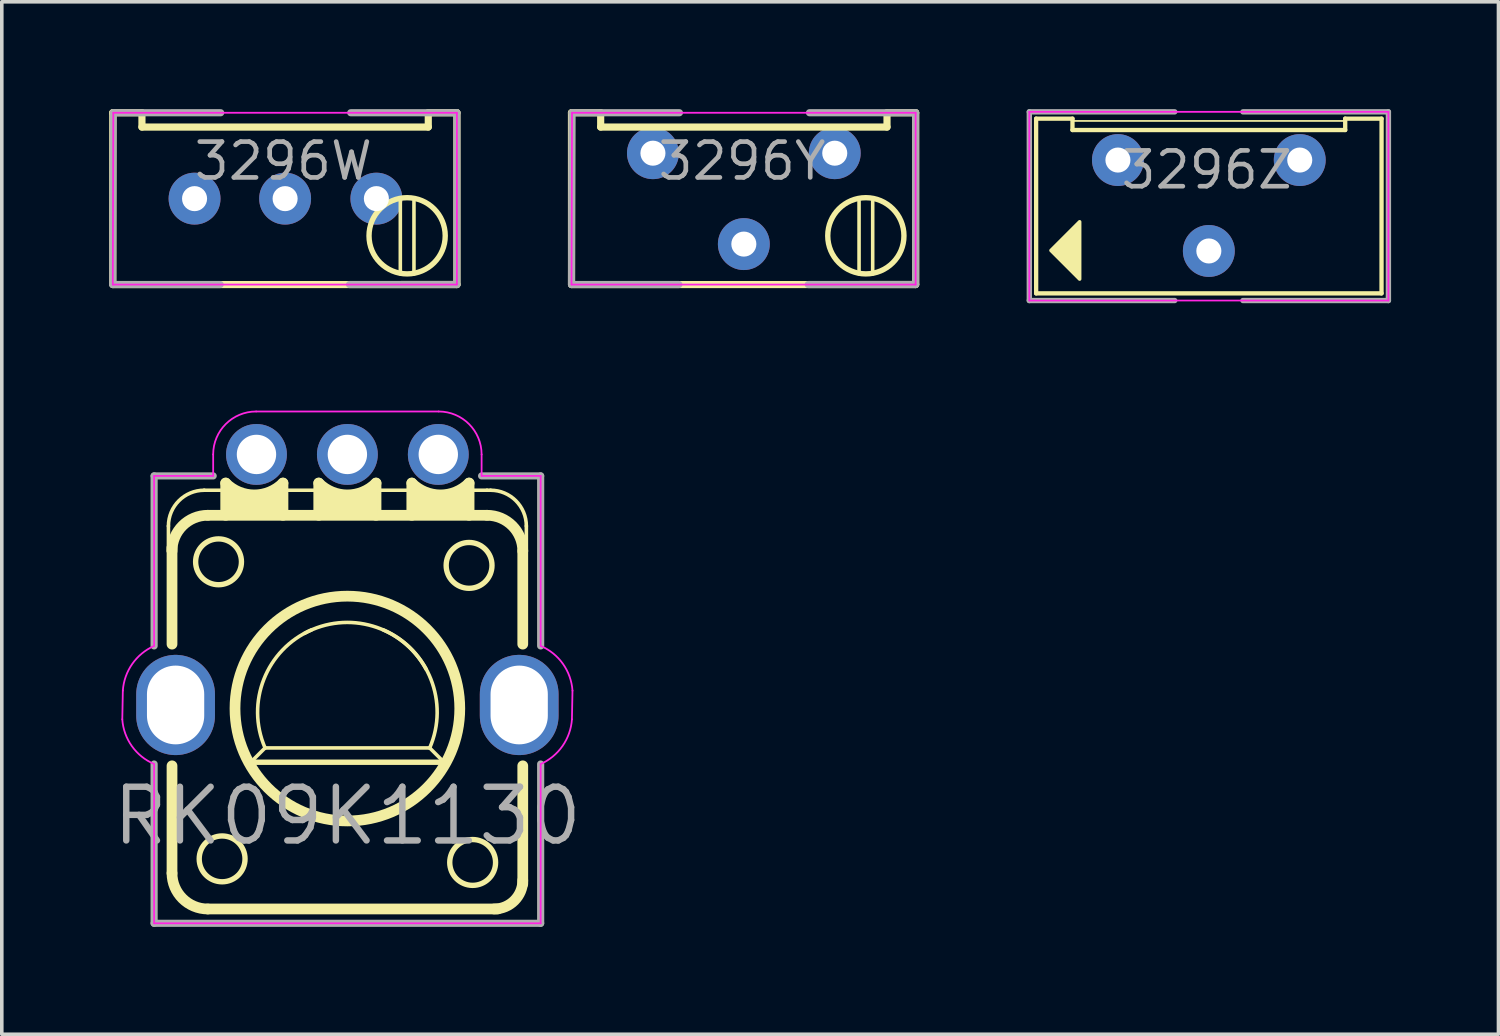
<source format=kicad_pcb>
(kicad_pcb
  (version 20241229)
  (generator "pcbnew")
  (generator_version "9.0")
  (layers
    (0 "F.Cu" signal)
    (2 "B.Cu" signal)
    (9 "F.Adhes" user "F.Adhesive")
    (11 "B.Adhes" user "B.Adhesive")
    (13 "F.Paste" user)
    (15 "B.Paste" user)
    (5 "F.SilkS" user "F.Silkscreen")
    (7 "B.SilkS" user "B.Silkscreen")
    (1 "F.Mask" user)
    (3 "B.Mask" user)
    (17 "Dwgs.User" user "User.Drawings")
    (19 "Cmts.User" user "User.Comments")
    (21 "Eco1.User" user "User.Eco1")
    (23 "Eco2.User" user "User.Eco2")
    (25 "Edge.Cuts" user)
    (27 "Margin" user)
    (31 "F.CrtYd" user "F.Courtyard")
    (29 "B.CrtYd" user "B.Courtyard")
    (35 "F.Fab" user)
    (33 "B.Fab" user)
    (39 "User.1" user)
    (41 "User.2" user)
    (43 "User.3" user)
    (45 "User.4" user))
  (footprint "3296W"
    (layer "F.Cu")
    (at 4.916 2.5)
    (property "Reference" "3296W" (at -0.05 -1.05 0) (layer "F.Fab") (effects (font (size 1 1) (thickness 0.13))))
    (attr through_hole)
    (fp_line (start -4.815 2.4) (end -4.816 -2.4) (stroke (width 0.2) (type solid)) (layer "F.SilkS"))
    (fp_line (start -4 -2.4) (end -4.816 -2.4) (stroke (width 0.2) (type solid)) (layer "F.SilkS"))
    (fp_line (start -4 -2.4) (end -4 -2) (stroke (width 0.2) (type solid)) (layer "F.SilkS"))
    (fp_line (start -4 -2) (end 4 -2) (stroke (width 0.2) (type solid)) (layer "F.SilkS"))
    (fp_line (start 3.219 0.072) (end 3.219 2.104) (stroke (width 0.1) (type solid)) (layer "F.SilkS"))
    (fp_line (start 3.6 2.104) (end 3.6 0.072) (stroke (width 0.1) (type solid)) (layer "F.SilkS"))
    (fp_line (start 4 -2.4) (end 4 -2) (stroke (width 0.2) (type solid)) (layer "F.SilkS"))
    (fp_line (start 4.8 -2.4) (end 4 -2.4) (stroke (width 0.2) (type solid)) (layer "F.SilkS"))
    (fp_line (start 4.801 2.4) (end -4.8 2.401) (stroke (width 0.2) (type solid)) (layer "F.SilkS"))
    (fp_line (start 4.801 2.4) (end 4.8 -2.4) (stroke (width 0.2) (type solid)) (layer "F.SilkS"))
    (fp_circle (center 3.409 1.038) (end 3.727 2.054) (stroke (width 0.15) (type solid)) (fill no) (layer "F.SilkS"))
    (fp_line (start -4.8 -2.4) (end -4.815 2.4) (stroke (width 0.05) (type solid)) (layer "F.CrtYd"))
    (fp_line (start -4.8 -2.4) (end 4.8 -2.4) (stroke (width 0.05) (type solid)) (layer "F.CrtYd"))
    (fp_line (start 4.8 -2.4) (end 4.8 2.4) (stroke (width 0.05) (type solid)) (layer "F.CrtYd"))
    (fp_line (start 4.8 2.4) (end -4.815 2.4) (stroke (width 0.05) (type solid)) (layer "F.CrtYd"))
    (fp_line (start -4.815 2.4) (end -1.815 2.4) (stroke (width 0.2) (type solid)) (layer "F.Fab"))
    (fp_line (start -4.8 -2.4) (end -4.815 2.4) (stroke (width 0.2) (type solid)) (layer "F.Fab"))
    (fp_line (start -4.8 -2.4) (end -1.8 -2.4) (stroke (width 0.2) (type solid)) (layer "F.Fab"))
    (fp_line (start 1.8 2.4) (end 4.8 2.4) (stroke (width 0.2) (type solid)) (layer "F.Fab"))
    (fp_line (start 1.834 -2.4) (end 4.8 -2.4) (stroke (width 0.2) (type solid)) (layer "F.Fab"))
    (fp_line (start 4.8 -2.4) (end 4.8 2.4) (stroke (width 0.2) (type solid)) (layer "F.Fab"))
    (pad "1" thru_hole circle (at 2.55 0) (size 1.45 1.45) (drill 0.7) (layers "*.Cu" "*.Mask"))
    (pad "2" thru_hole circle (at 0 0) (size 1.45 1.45) (drill 0.7) (layers "*.Cu" "*.Mask"))
    (pad "3" thru_hole circle (at -2.53 0) (size 1.45 1.45) (drill 0.7) (layers "*.Cu" "*.Mask")))
  (footprint "RK09K1130"
    (layer "F.Cu")
    (at 6.656 9.647)
    (property "Reference" "RK09K1130" (at 0 10.1 0) (layer "F.Fab") (effects (font (size 1.5 1.5) (thickness 0.18))))
    (attr through_hole)
    (fp_line (start -5 2) (end -5 2.7) (stroke (width 0.1) (type solid)) (layer "F.SilkS"))
    (fp_line (start -4.9 2.6) (end -4.9 5.3) (stroke (width 0.3) (type solid)) (layer "F.SilkS"))
    (fp_line (start -4.9 11.7) (end -4.9 8.7) (stroke (width 0.3) (type solid)) (layer "F.SilkS"))
    (fp_line (start -3.9 1.7) (end 3.9 1.7) (stroke (width 0.3) (type solid)) (layer "F.SilkS"))
    (fp_line (start -3.9 12.7) (end 4.2 12.7) (stroke (width 0.3) (type solid)) (layer "F.SilkS"))
    (fp_line (start -3.4 0.8) (end -3.4 1.7) (stroke (width 0.3) (type solid)) (layer "F.SilkS"))
    (fp_line (start -3.4 1) (end -4 1) (stroke (width 0.1) (type solid)) (layer "F.SilkS"))
    (fp_line (start -2.8 8.6) (end 2.8 8.6) (stroke (width 0.15) (type solid)) (layer "F.SilkS"))
    (fp_line (start -2.7 8.6) (end -2.3 8.2) (stroke (width 0.1) (type solid)) (layer "F.SilkS"))
    (fp_line (start -2.3 8.2) (end 2.3 8.2) (stroke (width 0.1) (type solid)) (layer "F.SilkS"))
    (fp_line (start -1.8 0.8) (end -1.8 1.7) (stroke (width 0.3) (type solid)) (layer "F.SilkS"))
    (fp_line (start -0.8 0.8) (end -0.8 1.7) (stroke (width 0.3) (type solid)) (layer "F.SilkS"))
    (fp_line (start -0.8 1) (end -1.8 1) (stroke (width 0.1) (type solid)) (layer "F.SilkS"))
    (fp_line (start 0.8 0.8) (end 0.8 1.7) (stroke (width 0.3) (type solid)) (layer "F.SilkS"))
    (fp_line (start 1.7 1) (end 0.9 1) (stroke (width 0.1) (type solid)) (layer "F.SilkS"))
    (fp_line (start 1.8 0.8) (end 1.8 1.7) (stroke (width 0.3) (type solid)) (layer "F.SilkS"))
    (fp_line (start 2.7 8.6) (end 2.3 8.2) (stroke (width 0.1) (type solid)) (layer "F.SilkS"))
    (fp_line (start 3.4 0.8) (end 3.4 1.7) (stroke (width 0.3) (type solid)) (layer "F.SilkS"))
    (fp_line (start 3.9 1) (end 3.5 1) (stroke (width 0.1) (type solid)) (layer "F.SilkS"))
    (fp_line (start 4 1) (end 3.9 1) (stroke (width 0.1) (type solid)) (layer "F.SilkS"))
    (fp_line (start 4.9 2.7) (end 4.9 5.3) (stroke (width 0.3) (type solid)) (layer "F.SilkS"))
    (fp_line (start 4.9 12) (end 4.9 8.7) (stroke (width 0.3) (type solid)) (layer "F.SilkS"))
    (fp_line (start 5 2) (end 5 2.7) (stroke (width 0.1) (type solid)) (layer "F.SilkS"))
    (fp_arc (start -5 2) (mid -4.707107 1.292893) (end -4 1) (stroke (width 0.1) (type solid)) (layer "F.SilkS"))
    (fp_arc (start -4.9 2.7) (mid -4.607107 1.992893) (end -3.9 1.7) (stroke (width 0.3) (type solid)) (layer "F.SilkS"))
    (fp_arc (start -3.9 12.7) (mid -4.607107 12.407107) (end -4.9 11.7) (stroke (width 0.3) (type solid)) (layer "F.SilkS"))
    (fp_arc (start -2.3 8.2) (mid -2.333452 6.280761) (end -1 4.9) (stroke (width 0.1) (type solid)) (layer "F.SilkS"))
    (fp_arc (start -1.8 0.8) (mid -2.6 1.131371) (end -3.4 0.8) (stroke (width 0.3) (type solid)) (layer "F.SilkS"))
    (fp_arc (start -1.2 5) (mid 0.707107 4.795837) (end 2.2 6) (stroke (width 0.1) (type solid)) (layer "F.SilkS"))
    (fp_arc (start 0.8 0.8) (mid 0 1.131371) (end -0.8 0.8) (stroke (width 0.3) (type solid)) (layer "F.SilkS"))
    (fp_arc (start 1 4.9) (mid 2.333452 6.280761) (end 2.3 8.2) (stroke (width 0.1) (type solid)) (layer "F.SilkS"))
    (fp_arc (start 3.4 0.8) (mid 2.6 1.131371) (end 1.8 0.8) (stroke (width 0.3) (type solid)) (layer "F.SilkS"))
    (fp_arc (start 3.9 1.7) (mid 4.607107 1.992893) (end 4.9 2.7) (stroke (width 0.3) (type solid)) (layer "F.SilkS"))
    (fp_arc (start 4 1) (mid 4.707107 1.292893) (end 5 2) (stroke (width 0.1) (type solid)) (layer "F.SilkS"))
    (fp_arc (start 4.9 11.9) (mid 4.665685 12.465685) (end 4.1 12.7) (stroke (width 0.3) (type solid)) (layer "F.SilkS"))
    (fp_circle (center -3.6 3) (end -3.2 3.5) (stroke (width 0.15) (type solid)) (fill no) (layer "F.SilkS"))
    (fp_circle (center -3.5 11.3) (end -3.1 11.8) (stroke (width 0.15) (type solid)) (fill no) (layer "F.SilkS"))
    (fp_circle (center 0 7.1) (end 0.5 10.2) (stroke (width 0.3) (type solid)) (fill no) (layer "F.SilkS"))
    (fp_circle (center 3.4 3.1) (end 3.8 3.6) (stroke (width 0.15) (type solid)) (fill no) (layer "F.SilkS"))
    (fp_circle (center 3.5 11.4) (end 3.9 11.9) (stroke (width 0.15) (type solid)) (fill no) (layer "F.SilkS"))
    (fp_poly (pts (xy -1.8 1.7) (xy -3.4 1.7) (xy -3.4 0.9) (xy -2.6 1.2) (xy -1.8 0.9)) (stroke (width 0.1) (type solid)) (fill yes) (layer "F.SilkS"))
    (fp_poly (pts (xy 0.8 1.7) (xy -0.8 1.7) (xy -0.8 0.9) (xy 0 1.2) (xy 0.8 0.9)) (stroke (width 0.1) (type solid)) (fill yes) (layer "F.SilkS"))
    (fp_poly (pts (xy 3.4 1.7) (xy 1.8 1.7) (xy 1.8 0.9) (xy 2.6 1.2) (xy 3.4 0.9)) (stroke (width 0.1) (type solid)) (fill yes) (layer "F.SilkS"))
    (fp_line (start -6.274 6.6) (end -6.289 7.399) (stroke (width 0.05) (type solid)) (layer "F.CrtYd"))
    (fp_line (start -5.4 5.35) (end -5.4 0.6) (stroke (width 0.05) (type solid)) (layer "F.CrtYd"))
    (fp_line (start -5.4 13.1) (end -5.4 8.65) (stroke (width 0.05) (type solid)) (layer "F.CrtYd"))
    (fp_line (start -3.75 0) (end -3.75 0.6) (stroke (width 0.05) (type solid)) (layer "F.CrtYd"))
    (fp_line (start -3.75 0.6) (end -5.4 0.6) (stroke (width 0.05) (type solid)) (layer "F.CrtYd"))
    (fp_line (start -2.55 -1.2) (end 2.55 -1.2) (stroke (width 0.05) (type solid)) (layer "F.CrtYd"))
    (fp_line (start 3.75 0) (end 3.75 0.6) (stroke (width 0.05) (type solid)) (layer "F.CrtYd"))
    (fp_line (start 5.4 0.6) (end 3.75 0.6) (stroke (width 0.05) (type solid)) (layer "F.CrtYd"))
    (fp_line (start 5.4 0.6) (end 5.4 5.35) (stroke (width 0.05) (type solid)) (layer "F.CrtYd"))
    (fp_line (start 5.4 8.65) (end 5.4 13.1) (stroke (width 0.05) (type solid)) (layer "F.CrtYd"))
    (fp_line (start 5.4 13.1) (end -5.4 13.1) (stroke (width 0.05) (type solid)) (layer "F.CrtYd"))
    (fp_line (start 6.274 7.4) (end 6.289 6.601) (stroke (width 0.05) (type solid)) (layer "F.CrtYd"))
    (fp_arc (start -6.273956 6.600228) (mid -6.010823 5.85359) (end -5.4 5.35) (stroke (width 0.05) (type solid)) (layer "F.CrtYd"))
    (fp_arc (start -5.4 8.65) (mid -6.021146 8.150546) (end -6.289381 7.399996) (stroke (width 0.05) (type solid)) (layer "F.CrtYd"))
    (fp_arc (start -3.75 0) (mid -3.398528 -0.848528) (end -2.55 -1.2) (stroke (width 0.05) (type solid)) (layer "F.CrtYd"))
    (fp_arc (start 2.55 -1.2) (mid 3.398528 -0.848528) (end 3.75 0) (stroke (width 0.05) (type solid)) (layer "F.CrtYd"))
    (fp_arc (start 5.4 5.35) (mid 6.021146 5.849454) (end 6.289381 6.600004) (stroke (width 0.05) (type solid)) (layer "F.CrtYd"))
    (fp_arc (start 6.273956 7.399772) (mid 6.010823 8.14641) (end 5.4 8.65) (stroke (width 0.05) (type solid)) (layer "F.CrtYd"))
    (fp_line (start -5.4 0.6) (end -5.4 5.35) (stroke (width 0.2) (type solid)) (layer "F.Fab"))
    (fp_line (start -5.4 0.6) (end -3.75 0.6) (stroke (width 0.2) (type solid)) (layer "F.Fab"))
    (fp_line (start -5.4 8.65) (end -5.4 13.1) (stroke (width 0.2) (type solid)) (layer "F.Fab"))
    (fp_line (start -5.4 13.1) (end 5.4 13.1) (stroke (width 0.2) (type solid)) (layer "F.Fab"))
    (fp_line (start 5.4 0.6) (end 3.75 0.6) (stroke (width 0.2) (type solid)) (layer "F.Fab"))
    (fp_line (start 5.4 0.6) (end 5.4 5.35) (stroke (width 0.2) (type solid)) (layer "F.Fab"))
    (fp_line (start 5.4 13.1) (end 5.4 8.65) (stroke (width 0.2) (type solid)) (layer "F.Fab"))
    (pad "0" thru_hole oval (at -4.8 7) (size 2.2 2.8) (drill oval 1.6 2.2) (layers "*.Cu" "*.Mask"))
    (pad "0" thru_hole oval (at 4.8 7) (size 2.2 2.8) (drill oval 1.6 2.2) (layers "*.Cu" "*.Mask"))
    (pad "1" thru_hole circle (at -2.54 0) (size 1.7 1.7) (drill 1.1) (layers "*.Cu" "*.Mask"))
    (pad "2" thru_hole circle (at 0 0) (size 1.7 1.7) (drill 1.1) (layers "*.Cu" "*.Mask"))
    (pad "3" thru_hole circle (at 2.54 0) (size 1.7 1.7) (drill 1.1) (layers "*.Cu" "*.Mask")))
  (footprint "3296Y"
    (layer "F.Cu")
    (at 17.733 2.5)
    (property "Reference" "3296Y" (at -0.05 -1.05 0) (layer "F.Fab") (effects (font (size 1 1) (thickness 0.13))))
    (attr through_hole)
    (fp_line (start -4.815 2.4) (end -4.816 -2.4) (stroke (width 0.2) (type solid)) (layer "F.SilkS"))
    (fp_line (start -4 -2.4) (end -4.816 -2.4) (stroke (width 0.2) (type solid)) (layer "F.SilkS"))
    (fp_line (start -4 -2.4) (end -4 -2) (stroke (width 0.2) (type solid)) (layer "F.SilkS"))
    (fp_line (start -4 -2) (end 4 -2) (stroke (width 0.2) (type solid)) (layer "F.SilkS"))
    (fp_line (start 3.219 0.072) (end 3.219 2.104) (stroke (width 0.1) (type solid)) (layer "F.SilkS"))
    (fp_line (start 3.6 2.104) (end 3.6 0.072) (stroke (width 0.1) (type solid)) (layer "F.SilkS"))
    (fp_line (start 4 -2.4) (end 4 -2) (stroke (width 0.2) (type solid)) (layer "F.SilkS"))
    (fp_line (start 4.8 -2.4) (end 4 -2.4) (stroke (width 0.2) (type solid)) (layer "F.SilkS"))
    (fp_line (start 4.801 2.4) (end -4.8 2.401) (stroke (width 0.2) (type solid)) (layer "F.SilkS"))
    (fp_line (start 4.801 2.4) (end 4.8 -2.4) (stroke (width 0.2) (type solid)) (layer "F.SilkS"))
    (fp_circle (center 3.409 1.038) (end 3.727 2.054) (stroke (width 0.15) (type solid)) (fill no) (layer "F.SilkS"))
    (fp_line (start -4.8 -2.4) (end -4.815 2.4) (stroke (width 0.05) (type solid)) (layer "F.CrtYd"))
    (fp_line (start -4.8 -2.4) (end 4.8 -2.4) (stroke (width 0.05) (type solid)) (layer "F.CrtYd"))
    (fp_line (start 4.8 -2.4) (end 4.8 2.4) (stroke (width 0.05) (type solid)) (layer "F.CrtYd"))
    (fp_line (start 4.8 2.4) (end -4.815 2.4) (stroke (width 0.05) (type solid)) (layer "F.CrtYd"))
    (fp_line (start -4.815 2.4) (end -1.815 2.4) (stroke (width 0.2) (type solid)) (layer "F.Fab"))
    (fp_line (start -4.8 -2.4) (end -4.815 2.4) (stroke (width 0.2) (type solid)) (layer "F.Fab"))
    (fp_line (start -4.8 -2.4) (end -1.8 -2.4) (stroke (width 0.2) (type solid)) (layer "F.Fab"))
    (fp_line (start 1.8 2.4) (end 4.8 2.4) (stroke (width 0.2) (type solid)) (layer "F.Fab"))
    (fp_line (start 1.834 -2.4) (end 4.8 -2.4) (stroke (width 0.2) (type solid)) (layer "F.Fab"))
    (fp_line (start 4.8 -2.4) (end 4.8 2.4) (stroke (width 0.2) (type solid)) (layer "F.Fab"))
    (pad "1" thru_hole circle (at 2.54 -1.27) (size 1.45 1.45) (drill 0.7) (layers "*.Cu" "*.Mask"))
    (pad "2" thru_hole circle (at 0 1.27) (size 1.45 1.45) (drill 0.7) (layers "*.Cu" "*.Mask"))
    (pad "3" thru_hole circle (at -2.54 -1.27) (size 1.45 1.45) (drill 0.7) (layers "*.Cu" "*.Mask")))
  (footprint "3296Z"
    (layer "F.Cu")
    (at 30.715 2.747)
    (property "Reference" "3296Z" (at -0.05 -1.05 0) (layer "F.Fab") (effects (font (size 1 1) (thickness 0.13))))
    (attr through_hole)
    (fp_line (start -4.816 -2.482) (end -3.8 -2.482) (stroke (width 0.12) (type solid)) (layer "F.SilkS"))
    (fp_line (start -4.815 2.4) (end -4.816 -2.482) (stroke (width 0.12) (type solid)) (layer "F.SilkS"))
    (fp_line (start -4.815 2.4) (end 4.835 2.4) (stroke (width 0.12) (type solid)) (layer "F.SilkS"))
    (fp_line (start -3.8 -2.482) (end -3.8 -2.164) (stroke (width 0.12) (type solid)) (layer "F.SilkS"))
    (fp_line (start -3.8 -2.418) (end 3.82 -2.418) (stroke (width 0.05) (type solid)) (layer "F.SilkS"))
    (fp_line (start -3.8 -2.164) (end 3.82 -2.164) (stroke (width 0.12) (type solid)) (layer "F.SilkS"))
    (fp_line (start 3.82 -2.482) (end 4.836 -2.482) (stroke (width 0.12) (type solid)) (layer "F.SilkS"))
    (fp_line (start 3.82 -2.164) (end 3.82 -2.482) (stroke (width 0.12) (type solid)) (layer "F.SilkS"))
    (fp_line (start 4.835 2.4) (end 4.836 -2.482) (stroke (width 0.12) (type solid)) (layer "F.SilkS"))
    (fp_poly (pts (xy -3.6 2) (xy -4.4 1.2) (xy -3.6 0.4)) (stroke (width 0.1) (type solid)) (fill yes) (layer "F.SilkS"))
    (fp_line (start -5.006 -2.672) (end -5.006 2.6) (stroke (width 0.05) (type solid)) (layer "F.CrtYd"))
    (fp_line (start -5.006 -2.672) (end 5.027 -2.672) (stroke (width 0.05) (type solid)) (layer "F.CrtYd"))
    (fp_line (start 5.027 -2.672) (end 5.027 2.6) (stroke (width 0.05) (type solid)) (layer "F.CrtYd"))
    (fp_line (start 5.027 2.6) (end -5.006 2.6) (stroke (width 0.05) (type solid)) (layer "F.CrtYd"))
    (fp_line (start -5.006 -2.672) (end -5.006 2.6) (stroke (width 0.15) (type solid)) (layer "F.Fab"))
    (fp_line (start -0.943 -2.672) (end -5.006 -2.672) (stroke (width 0.15) (type solid)) (layer "F.Fab"))
    (fp_line (start -0.943 2.6) (end -5.006 2.6) (stroke (width 0.15) (type solid)) (layer "F.Fab"))
    (fp_line (start 5.027 -2.672) (end 0.963 -2.672) (stroke (width 0.15) (type solid)) (layer "F.Fab"))
    (fp_line (start 5.027 -2.672) (end 5.027 2.6) (stroke (width 0.15) (type solid)) (layer "F.Fab"))
    (fp_line (start 5.027 2.6) (end 0.963 2.6) (stroke (width 0.15) (type solid)) (layer "F.Fab"))
    (pad "1" thru_hole circle (at 2.55 -1.325) (size 1.45 1.45) (drill 0.7) (layers "*.Cu" "*.Mask"))
    (pad "2" thru_hole circle (at 0.01 1.215) (size 1.45 1.45) (drill 0.7) (layers "*.Cu" "*.Mask"))
    (pad "3" thru_hole circle (at -2.53 -1.325) (size 1.45 1.45) (drill 0.7) (layers "*.Cu" "*.Mask")))
  (gr_rect
    (start -3 -3)
    (end 38.817 25.847)
    (stroke (width 0.1) (type default))
    (fill no)
    (layer "Edge.Cuts")))
</source>
